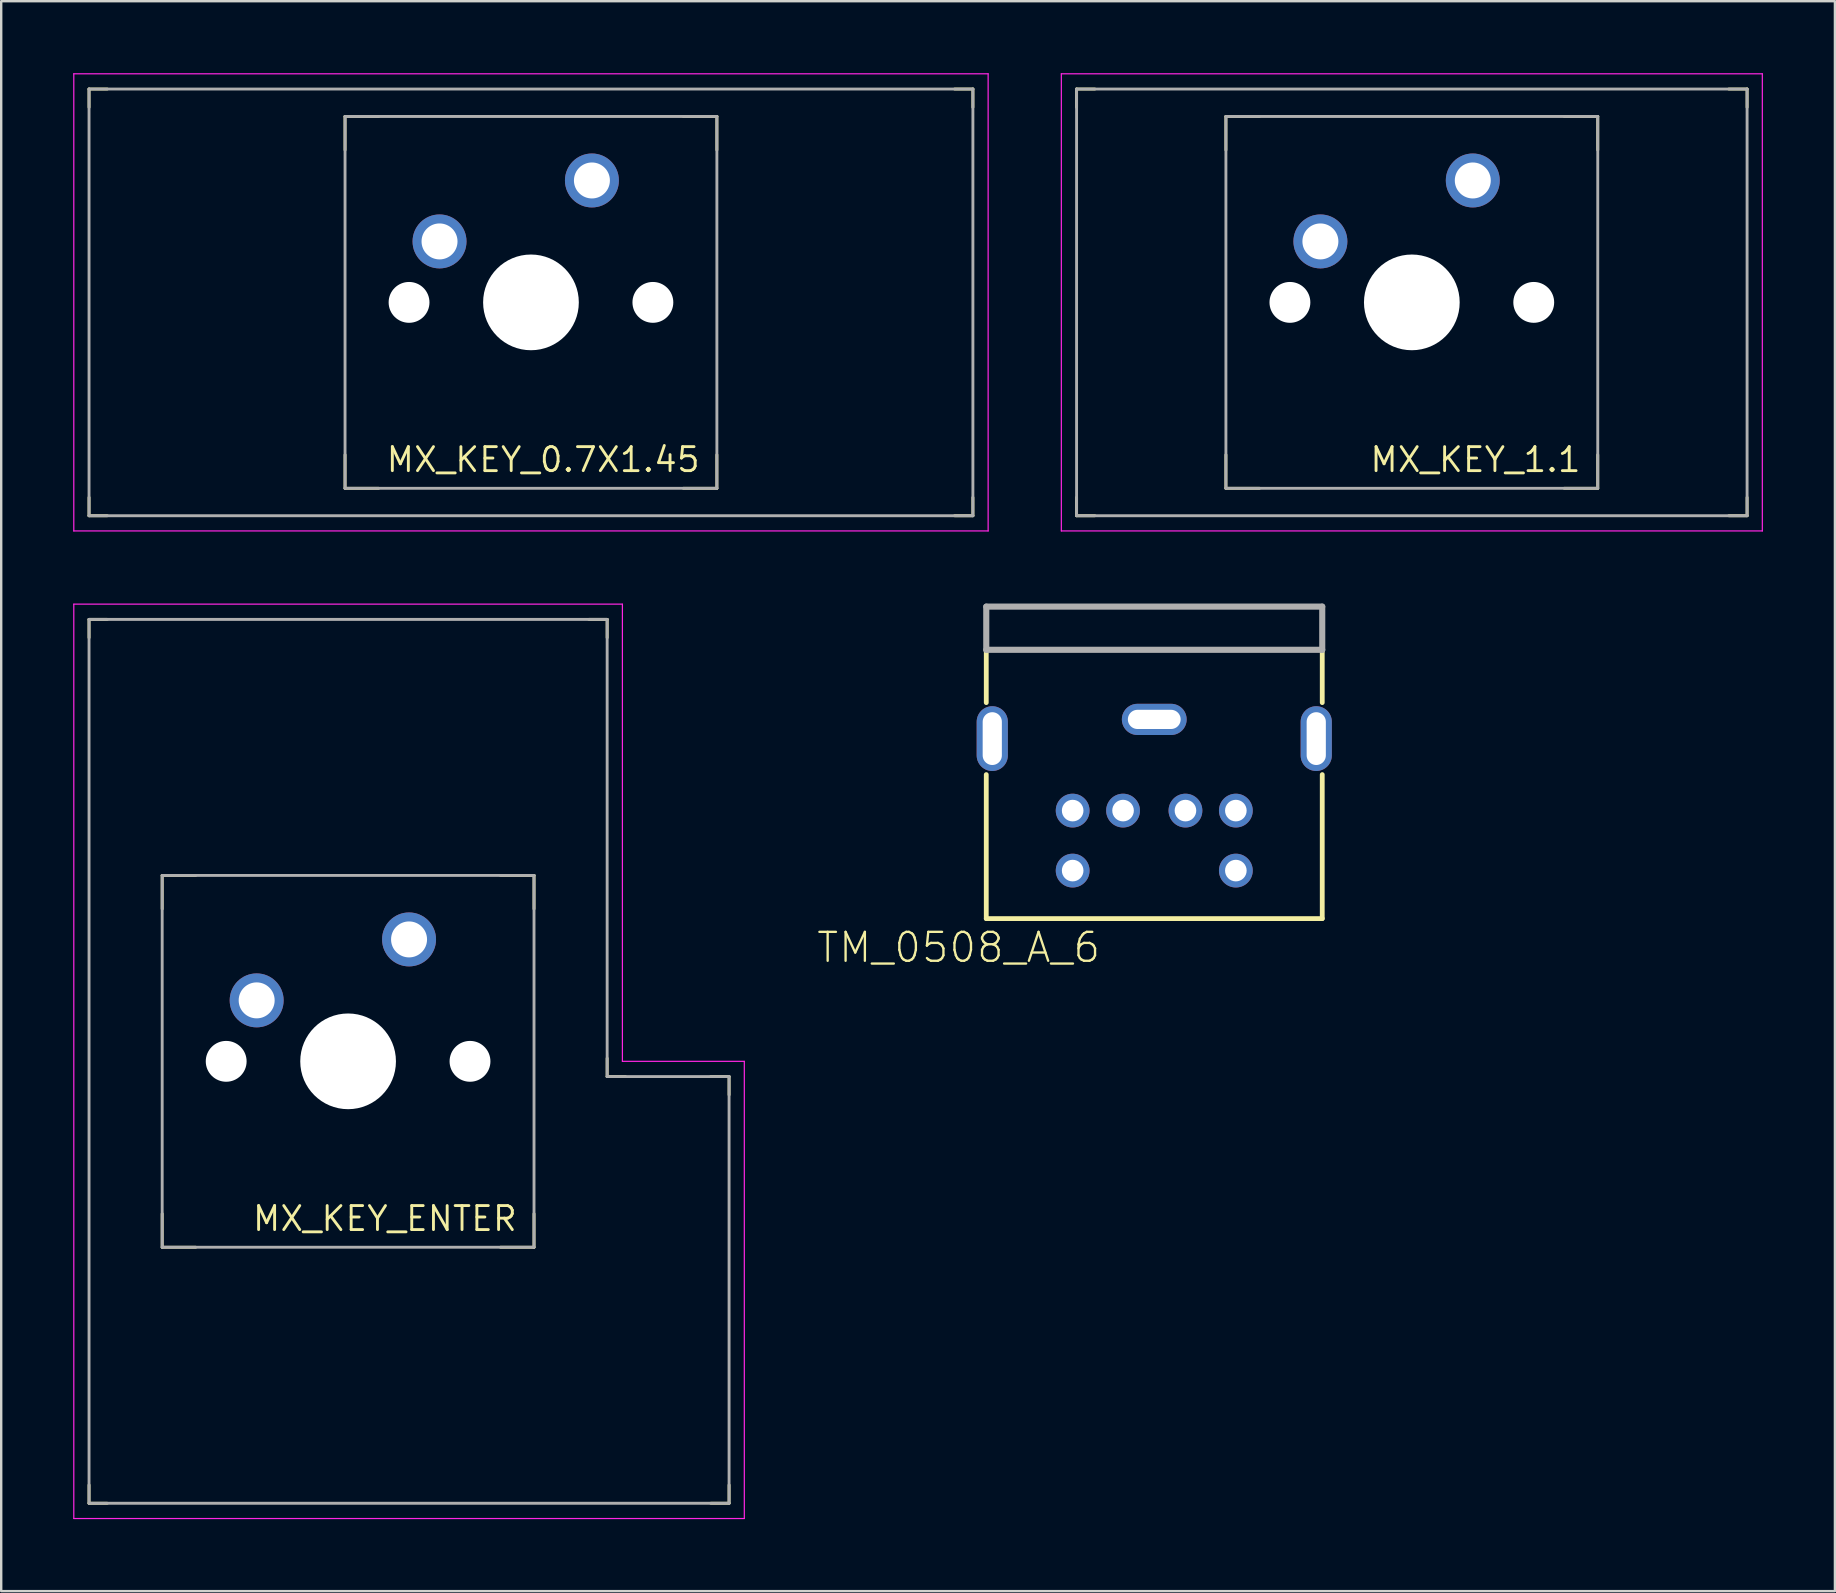
<source format=kicad_pcb>
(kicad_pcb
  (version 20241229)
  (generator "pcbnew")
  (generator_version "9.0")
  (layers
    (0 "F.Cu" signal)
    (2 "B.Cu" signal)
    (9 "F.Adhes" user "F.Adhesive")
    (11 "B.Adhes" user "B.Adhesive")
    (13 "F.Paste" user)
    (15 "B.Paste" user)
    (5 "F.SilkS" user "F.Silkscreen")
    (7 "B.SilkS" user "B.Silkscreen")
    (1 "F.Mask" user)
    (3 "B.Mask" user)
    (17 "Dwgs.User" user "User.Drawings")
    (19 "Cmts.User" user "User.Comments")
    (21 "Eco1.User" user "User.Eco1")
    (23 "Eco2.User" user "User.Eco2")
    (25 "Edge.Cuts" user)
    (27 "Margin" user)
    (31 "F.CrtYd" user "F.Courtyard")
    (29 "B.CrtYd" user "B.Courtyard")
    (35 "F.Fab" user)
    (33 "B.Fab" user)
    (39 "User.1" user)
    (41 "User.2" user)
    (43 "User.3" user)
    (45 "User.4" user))
  (footprint "MX_KEY_0.7X1.45"
    (layer "F.Cu")
    (at 19.075 9.55)
    (property "Reference" "MX_KEY_0.7X1.45" (at 7.112 5.969 0) (layer "F.SilkS") (effects (font (size 1 1) (thickness 0.12)) (justify right top)))
    (attr through_hole)
    (fp_line (start -18.415 -8.89) (end -17.653 -8.89) (stroke (width 0.12) (type solid)) (layer "F.SilkS"))
    (fp_line (start -18.415 -8.128) (end -18.415 -8.89) (stroke (width 0.12) (type solid)) (layer "F.SilkS"))
    (fp_line (start -18.415 8.128) (end -18.415 8.89) (stroke (width 0.12) (type solid)) (layer "F.SilkS"))
    (fp_line (start -18.415 8.89) (end -17.653 8.89) (stroke (width 0.12) (type solid)) (layer "F.SilkS"))
    (fp_line (start -7.747 -7.747) (end -7.747 -6.35) (stroke (width 0.12) (type solid)) (layer "F.SilkS"))
    (fp_line (start -7.747 6.35) (end -7.747 7.747) (stroke (width 0.12) (type solid)) (layer "F.SilkS"))
    (fp_line (start -7.747 7.747) (end -6.35 7.747) (stroke (width 0.12) (type solid)) (layer "F.SilkS"))
    (fp_line (start -6.35 -7.747) (end -7.747 -7.747) (stroke (width 0.12) (type solid)) (layer "F.SilkS"))
    (fp_line (start 6.35 -7.747) (end 7.747 -7.747) (stroke (width 0.12) (type solid)) (layer "F.SilkS"))
    (fp_line (start 6.35 7.747) (end 7.747 7.747) (stroke (width 0.12) (type solid)) (layer "F.SilkS"))
    (fp_line (start 7.747 -7.747) (end 7.747 -6.35) (stroke (width 0.12) (type solid)) (layer "F.SilkS"))
    (fp_line (start 7.747 7.747) (end 7.747 6.35) (stroke (width 0.12) (type solid)) (layer "F.SilkS"))
    (fp_line (start 17.653 -8.89) (end 18.415 -8.89) (stroke (width 0.12) (type solid)) (layer "F.SilkS"))
    (fp_line (start 17.653 8.89) (end 18.415 8.89) (stroke (width 0.12) (type solid)) (layer "F.SilkS"))
    (fp_line (start 18.415 -8.89) (end 18.415 -8.128) (stroke (width 0.12) (type solid)) (layer "F.SilkS"))
    (fp_line (start 18.415 8.89) (end 18.415 8.128) (stroke (width 0.12) (type solid)) (layer "F.SilkS"))
    (fp_line (start -19.05 -9.525) (end 19.05 -9.525) (stroke (width 0.05) (type solid)) (layer "F.CrtYd"))
    (fp_line (start -19.05 9.525) (end -19.05 -9.525) (stroke (width 0.05) (type solid)) (layer "F.CrtYd"))
    (fp_line (start 19.05 -9.525) (end 19.05 9.525) (stroke (width 0.05) (type solid)) (layer "F.CrtYd"))
    (fp_line (start 19.05 9.525) (end -19.05 9.525) (stroke (width 0.05) (type solid)) (layer "F.CrtYd"))
    (fp_line (start -18.415 -8.89) (end 18.415 -8.89) (stroke (width 0.12) (type solid)) (layer "F.Fab"))
    (fp_line (start -18.415 8.89) (end -18.415 -8.89) (stroke (width 0.12) (type solid)) (layer "F.Fab"))
    (fp_line (start -7.747 -7.747) (end -7.747 7.747) (stroke (width 0.12) (type solid)) (layer "F.Fab"))
    (fp_line (start -7.747 7.747) (end 7.747 7.747) (stroke (width 0.12) (type solid)) (layer "F.Fab"))
    (fp_line (start 7.747 -7.747) (end -7.747 -7.747) (stroke (width 0.12) (type solid)) (layer "F.Fab"))
    (fp_line (start 7.747 7.747) (end 7.747 -7.747) (stroke (width 0.12) (type solid)) (layer "F.Fab"))
    (fp_line (start 18.415 -8.89) (end 18.415 8.89) (stroke (width 0.12) (type solid)) (layer "F.Fab"))
    (fp_line (start 18.415 8.89) (end -18.415 8.89) (stroke (width 0.12) (type solid)) (layer "F.Fab"))
    (pad "" np_thru_hole circle (at -5.08 0) (size 1.702 1.702) (drill 1.702) (layers "*.Cu" "*.Mask"))
    (pad "" np_thru_hole circle (at 0 0) (size 3.988 3.988) (drill 3.988) (layers "*.Cu" "*.Mask"))
    (pad "" np_thru_hole circle (at 5.08 0) (size 1.702 1.702) (drill 1.702) (layers "*.Cu" "*.Mask"))
    (pad "1" thru_hole circle (at -3.81 -2.54) (size 2.248 2.248) (drill 1.499) (layers "*.Cu" "*.Mask"))
    (pad "2" thru_hole circle (at 2.54 -5.08) (size 2.248 2.248) (drill 1.499) (layers "*.Cu" "*.Mask")))
  (footprint "TM_0508_A_6"
    (layer "F.Cu")
    (at 45.047 27.727)
    (property "Reference" "TM_0508_A_6" (at -2.174 8 0) (layer "F.SilkS") (effects (font (size 1.206 1.206) (thickness 0.097)) (justify right top)))
    (attr through_hole)
    (fp_line (start -7 -3.7) (end -7 -1.5) (stroke (width 0.2) (type solid)) (layer "F.SilkS"))
    (fp_line (start -7 7.5) (end -7 1.5) (stroke (width 0.2) (type solid)) (layer "F.SilkS"))
    (fp_line (start 7 -3.7) (end 7 -1.5) (stroke (width 0.2) (type solid)) (layer "F.SilkS"))
    (fp_line (start 7 7.5) (end -7 7.5) (stroke (width 0.2) (type solid)) (layer "F.SilkS"))
    (fp_line (start 7 7.5) (end 7 1.5) (stroke (width 0.2) (type solid)) (layer "F.SilkS"))
    (fp_line (start -7 -5.5) (end 7 -5.5) (stroke (width 0.254) (type solid)) (layer "F.Fab"))
    (fp_line (start -7 -3.7) (end -7 -5.5) (stroke (width 0.254) (type solid)) (layer "F.Fab"))
    (fp_line (start -7 -3.7) (end 7 -3.7) (stroke (width 0.254) (type solid)) (layer "F.Fab"))
    (fp_line (start 7 -5.5) (end 7 -3.7) (stroke (width 0.254) (type solid)) (layer "F.Fab"))
    (pad "1" thru_hole circle (at 1.3 3) (size 1.408 1.408) (drill 0.9) (layers "*.Cu" "*.Mask"))
    (pad "2" thru_hole circle (at -1.3 3) (size 1.408 1.408) (drill 0.9) (layers "*.Cu" "*.Mask"))
    (pad "3" thru_hole circle (at 3.4 3) (size 1.408 1.408) (drill 0.9) (layers "*.Cu" "*.Mask"))
    (pad "4" thru_hole circle (at -3.4 3) (size 1.408 1.408) (drill 0.9) (layers "*.Cu" "*.Mask"))
    (pad "5" thru_hole circle (at 3.4 5.5) (size 1.408 1.408) (drill 0.9) (layers "*.Cu" "*.Mask"))
    (pad "6" thru_hole circle (at -3.4 5.5) (size 1.408 1.408) (drill 0.9) (layers "*.Cu" "*.Mask"))
    (pad "EARTH1" thru_hole oval (at -6.75 0 90) (size 2.7 1.3) (drill oval 2.2 0.8) (layers "*.Cu" "*.Mask"))
    (pad "EARTH2" thru_hole oval (at 6.75 0 90) (size 2.7 1.3) (drill oval 2.2 0.8) (layers "*.Cu" "*.Mask"))
    (pad "EARTH3" thru_hole oval (at 0 -0.8) (size 2.7 1.3) (drill oval 2.2 0.8) (layers "*.Cu" "*.Mask")))
  (footprint "MX_KEY_ENTER"
    (layer "F.Cu")
    (at 11.455 41.175)
    (property "Reference" "MX_KEY_ENTER" (at 7.112 5.969 0) (layer "F.SilkS") (effects (font (size 1 1) (thickness 0.12)) (justify right top)))
    (attr through_hole)
    (fp_line (start -10.795 -18.415) (end -10.795 -17.653) (stroke (width 0.12) (type solid)) (layer "F.SilkS"))
    (fp_line (start -10.795 17.653) (end -10.795 18.415) (stroke (width 0.12) (type solid)) (layer "F.SilkS"))
    (fp_line (start -10.795 18.415) (end -10.033 18.415) (stroke (width 0.12) (type solid)) (layer "F.SilkS"))
    (fp_line (start -10.033 -18.415) (end -10.795 -18.415) (stroke (width 0.12) (type solid)) (layer "F.SilkS"))
    (fp_line (start -7.747 -7.747) (end -7.747 -6.35) (stroke (width 0.12) (type solid)) (layer "F.SilkS"))
    (fp_line (start -7.747 6.35) (end -7.747 7.747) (stroke (width 0.12) (type solid)) (layer "F.SilkS"))
    (fp_line (start -7.747 7.747) (end -6.35 7.747) (stroke (width 0.12) (type solid)) (layer "F.SilkS"))
    (fp_line (start -6.35 -7.747) (end -7.747 -7.747) (stroke (width 0.12) (type solid)) (layer "F.SilkS"))
    (fp_line (start 6.35 -7.747) (end 7.747 -7.747) (stroke (width 0.12) (type solid)) (layer "F.SilkS"))
    (fp_line (start 6.35 7.747) (end 7.747 7.747) (stroke (width 0.12) (type solid)) (layer "F.SilkS"))
    (fp_line (start 7.747 -7.747) (end 7.747 -6.35) (stroke (width 0.12) (type solid)) (layer "F.SilkS"))
    (fp_line (start 7.747 7.747) (end 7.747 6.35) (stroke (width 0.12) (type solid)) (layer "F.SilkS"))
    (fp_line (start 10.033 -18.415) (end 10.795 -18.415) (stroke (width 0.12) (type solid)) (layer "F.SilkS"))
    (fp_line (start 10.795 -18.415) (end 10.795 -17.653) (stroke (width 0.12) (type solid)) (layer "F.SilkS"))
    (fp_line (start 10.795 -0.127) (end 10.795 0.635) (stroke (width 0.12) (type solid)) (layer "F.SilkS"))
    (fp_line (start 10.795 0.635) (end 11.557 0.635) (stroke (width 0.12) (type solid)) (layer "F.SilkS"))
    (fp_line (start 15.113 0.635) (end 15.875 0.635) (stroke (width 0.12) (type solid)) (layer "F.SilkS"))
    (fp_line (start 15.875 0.635) (end 15.875 1.397) (stroke (width 0.12) (type solid)) (layer "F.SilkS"))
    (fp_line (start 15.875 17.653) (end 15.875 18.415) (stroke (width 0.12) (type solid)) (layer "F.SilkS"))
    (fp_line (start 15.875 18.415) (end 15.113 18.415) (stroke (width 0.12) (type solid)) (layer "F.SilkS"))
    (fp_line (start -11.43 -19.05) (end 11.43 -19.05) (stroke (width 0.05) (type solid)) (layer "F.CrtYd"))
    (fp_line (start -11.43 19.05) (end -11.43 -19.05) (stroke (width 0.05) (type solid)) (layer "F.CrtYd"))
    (fp_line (start 11.43 -19.05) (end 11.43 0) (stroke (width 0.05) (type solid)) (layer "F.CrtYd"))
    (fp_line (start 11.43 0) (end 16.51 0) (stroke (width 0.05) (type solid)) (layer "F.CrtYd"))
    (fp_line (start 16.51 0) (end 16.51 19.05) (stroke (width 0.05) (type solid)) (layer "F.CrtYd"))
    (fp_line (start 16.51 19.05) (end -11.43 19.05) (stroke (width 0.05) (type solid)) (layer "F.CrtYd"))
    (fp_line (start -10.795 -18.415) (end -10.795 18.415) (stroke (width 0.12) (type solid)) (layer "F.Fab"))
    (fp_line (start -7.747 -7.747) (end -7.747 7.747) (stroke (width 0.12) (type solid)) (layer "F.Fab"))
    (fp_line (start -7.747 7.747) (end 7.747 7.747) (stroke (width 0.12) (type solid)) (layer "F.Fab"))
    (fp_line (start 7.747 -7.747) (end -7.747 -7.747) (stroke (width 0.12) (type solid)) (layer "F.Fab"))
    (fp_line (start 7.747 7.747) (end 7.747 -7.747) (stroke (width 0.12) (type solid)) (layer "F.Fab"))
    (fp_line (start 10.795 -18.415) (end -10.795 -18.415) (stroke (width 0.12) (type solid)) (layer "F.Fab"))
    (fp_line (start 10.795 -18.415) (end 10.795 0.635) (stroke (width 0.12) (type solid)) (layer "F.Fab"))
    (fp_line (start 10.795 0.635) (end 15.875 0.635) (stroke (width 0.12) (type solid)) (layer "F.Fab"))
    (fp_line (start 15.875 0.635) (end 15.875 18.415) (stroke (width 0.12) (type solid)) (layer "F.Fab"))
    (fp_line (start 15.875 18.415) (end -10.795 18.415) (stroke (width 0.12) (type solid)) (layer "F.Fab"))
    (pad "" np_thru_hole circle (at -5.08 0) (size 1.702 1.702) (drill 1.702) (layers "*.Cu" "*.Mask"))
    (pad "" np_thru_hole circle (at 0 0) (size 3.988 3.988) (drill 3.988) (layers "*.Cu" "*.Mask"))
    (pad "" np_thru_hole circle (at 5.08 0) (size 1.702 1.702) (drill 1.702) (layers "*.Cu" "*.Mask"))
    (pad "1" thru_hole circle (at -3.81 -2.54) (size 2.248 2.248) (drill 1.499) (layers "*.Cu" "*.Mask"))
    (pad "2" thru_hole circle (at 2.54 -5.08) (size 2.248 2.248) (drill 1.499) (layers "*.Cu" "*.Mask")))
  (footprint "MX_KEY_1.1"
    (layer "F.Cu")
    (at 55.78 9.55)
    (property "Reference" "MX_KEY_1.1" (at 7.112 5.969 0) (layer "F.SilkS") (effects (font (size 1 1) (thickness 0.12)) (justify right top)))
    (attr through_hole)
    (fp_line (start -13.97 -8.89) (end -13.97 -8.128) (stroke (width 0.12) (type solid)) (layer "F.SilkS"))
    (fp_line (start -13.97 8.128) (end -13.97 8.89) (stroke (width 0.12) (type solid)) (layer "F.SilkS"))
    (fp_line (start -13.97 8.89) (end -13.208 8.89) (stroke (width 0.12) (type solid)) (layer "F.SilkS"))
    (fp_line (start -13.208 -8.89) (end -13.97 -8.89) (stroke (width 0.12) (type solid)) (layer "F.SilkS"))
    (fp_line (start -7.747 -7.747) (end -7.747 -6.35) (stroke (width 0.12) (type solid)) (layer "F.SilkS"))
    (fp_line (start -7.747 6.35) (end -7.747 7.747) (stroke (width 0.12) (type solid)) (layer "F.SilkS"))
    (fp_line (start -7.747 7.747) (end -6.35 7.747) (stroke (width 0.12) (type solid)) (layer "F.SilkS"))
    (fp_line (start -6.35 -7.747) (end -7.747 -7.747) (stroke (width 0.12) (type solid)) (layer "F.SilkS"))
    (fp_line (start 6.35 -7.747) (end 7.747 -7.747) (stroke (width 0.12) (type solid)) (layer "F.SilkS"))
    (fp_line (start 6.35 7.747) (end 7.747 7.747) (stroke (width 0.12) (type solid)) (layer "F.SilkS"))
    (fp_line (start 7.747 -7.747) (end 7.747 -6.35) (stroke (width 0.12) (type solid)) (layer "F.SilkS"))
    (fp_line (start 7.747 7.747) (end 7.747 6.35) (stroke (width 0.12) (type solid)) (layer "F.SilkS"))
    (fp_line (start 13.208 -8.89) (end 13.97 -8.89) (stroke (width 0.12) (type solid)) (layer "F.SilkS"))
    (fp_line (start 13.97 -8.89) (end 13.97 -8.128) (stroke (width 0.12) (type solid)) (layer "F.SilkS"))
    (fp_line (start 13.97 8.128) (end 13.97 8.89) (stroke (width 0.12) (type solid)) (layer "F.SilkS"))
    (fp_line (start 13.97 8.89) (end 13.208 8.89) (stroke (width 0.12) (type solid)) (layer "F.SilkS"))
    (fp_line (start -14.605 -9.525) (end 14.605 -9.525) (stroke (width 0.05) (type solid)) (layer "F.CrtYd"))
    (fp_line (start -14.605 9.525) (end -14.605 -9.525) (stroke (width 0.05) (type solid)) (layer "F.CrtYd"))
    (fp_line (start 14.605 -9.525) (end 14.605 9.525) (stroke (width 0.05) (type solid)) (layer "F.CrtYd"))
    (fp_line (start 14.605 9.525) (end -14.605 9.525) (stroke (width 0.05) (type solid)) (layer "F.CrtYd"))
    (fp_line (start -13.97 -8.89) (end 13.97 -8.89) (stroke (width 0.12) (type solid)) (layer "F.Fab"))
    (fp_line (start -13.97 8.89) (end -13.97 -8.89) (stroke (width 0.12) (type solid)) (layer "F.Fab"))
    (fp_line (start -7.747 -7.747) (end -7.747 7.747) (stroke (width 0.12) (type solid)) (layer "F.Fab"))
    (fp_line (start -7.747 7.747) (end 7.747 7.747) (stroke (width 0.12) (type solid)) (layer "F.Fab"))
    (fp_line (start 7.747 -7.747) (end -7.747 -7.747) (stroke (width 0.12) (type solid)) (layer "F.Fab"))
    (fp_line (start 7.747 7.747) (end 7.747 -7.747) (stroke (width 0.12) (type solid)) (layer "F.Fab"))
    (fp_line (start 13.97 -8.89) (end 13.97 8.89) (stroke (width 0.12) (type solid)) (layer "F.Fab"))
    (fp_line (start 13.97 8.89) (end -13.97 8.89) (stroke (width 0.12) (type solid)) (layer "F.Fab"))
    (pad "" np_thru_hole circle (at -5.08 0) (size 1.702 1.702) (drill 1.702) (layers "*.Cu" "*.Mask"))
    (pad "" np_thru_hole circle (at 0 0) (size 3.988 3.988) (drill 3.988) (layers "*.Cu" "*.Mask"))
    (pad "" np_thru_hole circle (at 5.08 0) (size 1.702 1.702) (drill 1.702) (layers "*.Cu" "*.Mask"))
    (pad "1" thru_hole circle (at -3.81 -2.54) (size 2.248 2.248) (drill 1.499) (layers "*.Cu" "*.Mask"))
    (pad "2" thru_hole circle (at 2.54 -5.08) (size 2.248 2.248) (drill 1.499) (layers "*.Cu" "*.Mask")))
  (gr_rect
    (start -3 -3)
    (end 73.41 63.25)
    (stroke (width 0.1) (type default))
    (fill no)
    (layer "Edge.Cuts")))
</source>
